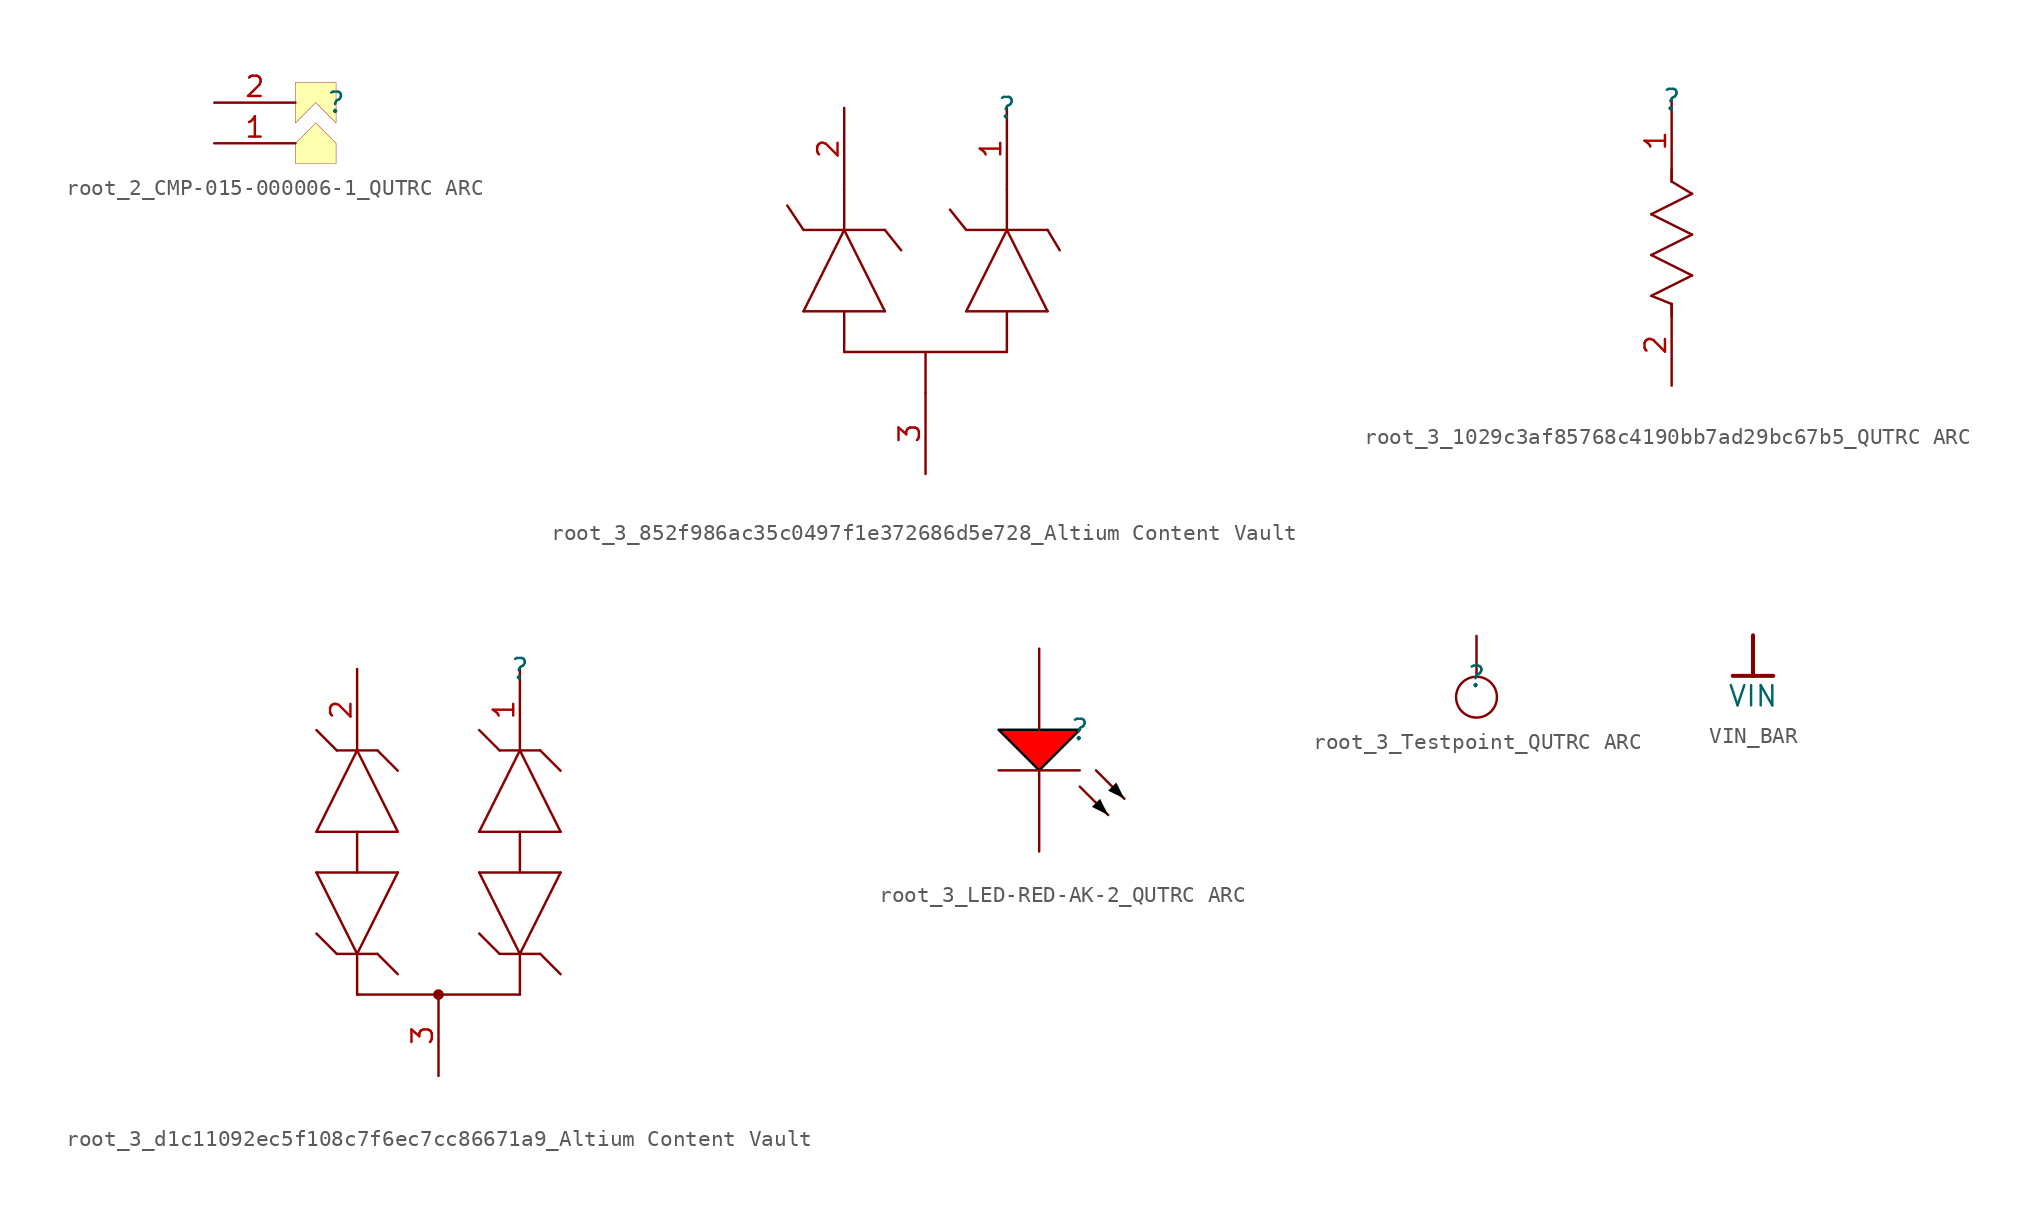
<source format=kicad_sym>
(kicad_symbol_lib
  (version 20241209)
  (generator "kicad_symbol_editor")
  (generator_version "9.99")
  (symbol "root_2_CMP-015-000006-1_QUTRC ARC"
    (pin_names
      (hide yes))
    (property "Reference" ""
      (at 0 0 0)
      (effects (font (size 1.27 1.27))))
    (property "Value" ""
      (at 0 0 0)
      (effects (font (size 1.27 1.27))))
    (symbol "root_2_CMP-015-000006-1_QUTRC ARC_1_0"
      (polyline (pts (xy -2.54 -1.27) (xy -1.27 0) (xy 0 -1.27) (xy 0 1.27) (xy -2.54 1.27) (xy -2.54 -1.27)) (stroke (width 0.025) (type solid) (color 128 0 0 1)) (fill (type color) (color 255 255 176 1)))
      (polyline (pts (xy 0 -3.81) (xy -2.54 -3.81) (xy -2.54 -2.54) (xy -1.27 -1.27) (xy 0 -2.54) (xy 0 -3.81)) (stroke (width 0.025) (type solid) (color 128 0 0 1)) (fill (type color) (color 255 255 176 1)))
      (pin passive line (at -7.62 0 0) (length 5.08) (name "2" (effects (font (size 1.27 1.27)))) (number "2" (effects (font (size 1.27 1.27)))))
      (pin passive line (at -7.62 -2.54 0) (length 5.08) (name "1" (effects (font (size 1.27 1.27)))) (number "1" (effects (font (size 1.27 1.27)))))))
  (symbol "root_3_852f986ac35c0497f1e372686d5e728_Altium Content Vault"
    (pin_names
      (hide yes))
    (property "Reference" ""
      (at 0 0 0)
      (effects (font (size 1.27 1.27))))
    (property "Value" ""
      (at 0 0 0)
      (effects (font (size 1.27 1.27))))
    (symbol "root_3_852f986ac35c0497f1e372686d5e728_Altium Content Vault_1_0"
      (polyline (pts (xy -12.7 -7.62) (xy -13.716 -6.096)) (stroke (width 0) (type solid)) (fill (type none)))
      (polyline (pts (xy -12.7 -12.7) (xy -10.16 -7.62)) (stroke (width 0) (type solid)) (fill (type none)))
      (polyline (pts (xy -10.16 -7.62) (xy -10.16 -5.08)) (stroke (width 0) (type solid)) (fill (type none)))
      (polyline (pts (xy -10.16 -7.62) (xy -7.62 -12.7)) (stroke (width 0) (type solid)) (fill (type none)))
      (polyline (pts (xy -10.16 -15.24) (xy -10.16 -12.7)) (stroke (width 0) (type solid)) (fill (type none)))
      (polyline (pts (xy -7.62 -7.62) (xy -12.7 -7.62)) (stroke (width 0) (type solid)) (fill (type none)))
      (polyline (pts (xy -7.62 -7.62) (xy -6.604 -8.89)) (stroke (width 0) (type solid)) (fill (type none)))
      (polyline (pts (xy -7.62 -12.7) (xy -12.7 -12.7)) (stroke (width 0) (type solid)) (fill (type none)))
      (polyline (pts (xy -5.08 -15.24) (xy -5.08 -17.78)) (stroke (width 0) (type solid)) (fill (type none)))
      (polyline (pts (xy -2.54 -7.62) (xy -3.556 -6.35)) (stroke (width 0) (type solid)) (fill (type none)))
      (polyline (pts (xy -2.54 -12.7) (xy 0 -7.62)) (stroke (width 0) (type solid)) (fill (type none)))
      (polyline (pts (xy 0 -7.62) (xy 0 -5.08)) (stroke (width 0) (type solid)) (fill (type none)))
      (polyline (pts (xy 0 -7.62) (xy 2.54 -12.7)) (stroke (width 0) (type solid)) (fill (type none)))
      (polyline (pts (xy 0 -12.7) (xy 0 -15.24)) (stroke (width 0) (type solid)) (fill (type none)))
      (polyline (pts (xy 0 -15.24) (xy -10.16 -15.24)) (stroke (width 0) (type solid)) (fill (type none)))
      (polyline (pts (xy 2.54 -7.62) (xy -2.54 -7.62)) (stroke (width 0) (type solid)) (fill (type none)))
      (polyline (pts (xy 2.54 -7.62) (xy 3.302 -8.89)) (stroke (width 0) (type solid)) (fill (type none)))
      (polyline (pts (xy 2.54 -12.7) (xy -2.54 -12.7)) (stroke (width 0) (type solid)) (fill (type none)))
      (pin passive line (at -10.16 0 270) (length 5.08) (name "2_CATHODE" (effects (font (size 1.27 1.27)))) (number "2" (effects (font (size 1.27 1.27)))))
      (pin passive line (at -5.08 -22.86 90) (length 5.08) (name "COMMON_ANODE" (effects (font (size 1.27 1.27)))) (number "3" (effects (font (size 1.27 1.27)))))
      (pin passive line (at 0 0 270) (length 5.08) (name "1_CATHODE" (effects (font (size 1.27 1.27)))) (number "1" (effects (font (size 1.27 1.27)))))))
  (symbol "root_3_1029c3af85768c4190bb7ad29bc67b5_QUTRC ARC"
    (pin_names
      (hide yes))
    (property "Reference" ""
      (at 0 0 0)
      (effects (font (size 1.27 1.27))))
    (property "Value" ""
      (at 0 0 0)
      (effects (font (size 1.27 1.27))))
    (symbol "root_3_1029c3af85768c4190bb7ad29bc67b5_QUTRC ARC_1_0"
      (polyline (pts (xy -1.27 -7.112) (xy 1.27 -8.382)) (stroke (width 0) (type solid)) (fill (type none)))
      (polyline (pts (xy -1.27 -9.652) (xy 1.27 -10.922)) (stroke (width 0) (type solid)) (fill (type none)))
      (polyline (pts (xy -1.27 -12.192) (xy 0 -12.7)) (stroke (width 0) (type solid)) (fill (type none)))
      (polyline (pts (xy 0 -5.08) (xy 0 -4.318)) (stroke (width 0) (type solid)) (fill (type none)))
      (polyline (pts (xy 0 -5.08) (xy 1.27 -5.842)) (stroke (width 0) (type solid)) (fill (type none)))
      (polyline (pts (xy 0 -12.7) (xy 0 -13.462)) (stroke (width 0) (type solid)) (fill (type none)))
      (polyline (pts (xy 1.27 -5.842) (xy -1.27 -7.112)) (stroke (width 0) (type solid)) (fill (type none)))
      (polyline (pts (xy 1.27 -8.382) (xy -1.27 -9.652)) (stroke (width 0) (type solid)) (fill (type none)))
      (polyline (pts (xy 1.27 -10.922) (xy -1.27 -12.192)) (stroke (width 0) (type solid)) (fill (type none)))
      (pin passive line (at 0 0 270) (length 5.08) (name "1" (effects (font (size 1.27 1.27)))) (number "1" (effects (font (size 1.27 1.27)))))
      (pin passive line (at 0 -17.78 90) (length 5.08) (name "2" (effects (font (size 1.27 1.27)))) (number "2" (effects (font (size 1.27 1.27)))))))
  (symbol "root_3_d1c11092ec5f108c7f6ec7cc86671a9_Altium Content Vault"
    (pin_names
      (hide yes))
    (property "Reference" ""
      (at 0 0 0)
      (effects (font (size 1.27 1.27))))
    (property "Value" ""
      (at 0 0 0)
      (effects (font (size 1.27 1.27))))
    (symbol "root_3_d1c11092ec5f108c7f6ec7cc86671a9_Altium Content Vault_1_0"
      (polyline (pts (xy -12.7 -3.81) (xy -11.43 -5.08)) (stroke (width 0) (type solid)) (fill (type none)))
      (polyline (pts (xy -12.7 -10.16) (xy -10.16 -5.08)) (stroke (width 0) (type solid)) (fill (type none)))
      (polyline (pts (xy -12.7 -12.7) (xy -10.16 -17.78)) (stroke (width 0) (type solid)) (fill (type none)))
      (polyline (pts (xy -11.43 -5.08) (xy -8.89 -5.08)) (stroke (width 0) (type solid)) (fill (type none)))
      (polyline (pts (xy -11.43 -17.78) (xy -12.7 -16.51)) (stroke (width 0) (type solid)) (fill (type none)))
      (polyline (pts (xy -10.16 -5.08) (xy -7.62 -10.16)) (stroke (width 0) (type solid)) (fill (type none)))
      (polyline (pts (xy -10.16 -10.16) (xy -10.16 -12.7)) (stroke (width 0) (type solid)) (fill (type none)))
      (polyline (pts (xy -10.16 -20.32) (xy -10.16 -17.78)) (stroke (width 0) (type solid)) (fill (type none)))
      (polyline (pts (xy -8.89 -5.08) (xy -7.62 -6.35)) (stroke (width 0) (type solid)) (fill (type none)))
      (polyline (pts (xy -8.89 -17.78) (xy -11.43 -17.78)) (stroke (width 0) (type solid)) (fill (type none)))
      (polyline (pts (xy -8.89 -17.78) (xy -7.62 -19.05)) (stroke (width 0) (type solid)) (fill (type none)))
      (polyline (pts (xy -7.62 -10.16) (xy -12.7 -10.16)) (stroke (width 0) (type solid)) (fill (type none)))
      (polyline (pts (xy -7.62 -12.7) (xy -12.7 -12.7)) (stroke (width 0) (type solid)) (fill (type none)))
      (polyline (pts (xy -7.62 -12.7) (xy -10.16 -17.78)) (stroke (width 0) (type solid)) (fill (type none)))
      (circle (center -5.08 -20.32) (radius 0.254) (stroke (width 0) (type solid)) (fill (type outline)))
      (polyline (pts (xy -2.54 -10.16) (xy 0 -5.08)) (stroke (width 0) (type solid)) (fill (type none)))
      (polyline (pts (xy -2.54 -12.7) (xy 0 -17.78)) (stroke (width 0) (type solid)) (fill (type none)))
      (polyline (pts (xy -1.27 -5.08) (xy -2.54 -3.81)) (stroke (width 0) (type solid)) (fill (type none)))
      (polyline (pts (xy -1.27 -5.08) (xy 1.27 -5.08)) (stroke (width 0) (type solid)) (fill (type none)))
      (polyline (pts (xy -1.27 -17.78) (xy -2.54 -16.51)) (stroke (width 0) (type solid)) (fill (type none)))
      (polyline (pts (xy 0 -10.16) (xy 0 -12.7)) (stroke (width 0) (type solid)) (fill (type none)))
      (polyline (pts (xy 0 -17.78) (xy 2.54 -12.7)) (stroke (width 0) (type solid)) (fill (type none)))
      (polyline (pts (xy 0 -20.32) (xy -10.16 -20.32)) (stroke (width 0) (type solid)) (fill (type none)))
      (polyline (pts (xy 0 -20.32) (xy 0 -17.78)) (stroke (width 0) (type solid)) (fill (type none)))
      (polyline (pts (xy 1.27 -5.08) (xy 2.54 -6.35)) (stroke (width 0) (type solid)) (fill (type none)))
      (polyline (pts (xy 1.27 -17.78) (xy -1.27 -17.78)) (stroke (width 0) (type solid)) (fill (type none)))
      (polyline (pts (xy 2.54 -10.16) (xy -2.54 -10.16)) (stroke (width 0) (type solid)) (fill (type none)))
      (polyline (pts (xy 2.54 -10.16) (xy 0 -5.08)) (stroke (width 0) (type solid)) (fill (type none)))
      (polyline (pts (xy 2.54 -12.7) (xy -2.54 -12.7)) (stroke (width 0) (type solid)) (fill (type none)))
      (polyline (pts (xy 2.54 -19.05) (xy 1.27 -17.78)) (stroke (width 0) (type solid)) (fill (type none)))
      (pin passive line (at -10.16 0 270) (length 5.08) (name "2" (effects (font (size 1.27 1.27)))) (number "2" (effects (font (size 1.27 1.27)))))
      (pin passive line (at -5.08 -25.4 90) (length 5.08) (name "3" (effects (font (size 1.27 1.27)))) (number "3" (effects (font (size 1.27 1.27)))))
      (pin passive line (at 0 0 270) (length 5.08) (name "1" (effects (font (size 1.27 1.27)))) (number "1" (effects (font (size 1.27 1.27)))))))
  (symbol "root_3_LED-RED-AK-2_QUTRC ARC"
    (pin_numbers
      (hide yes))
    (pin_names
      (hide yes))
    (property "Reference" ""
      (at 0 0 0)
      (effects (font (size 1.27 1.27))))
    (property "Value" ""
      (at 0 0 0)
      (effects (font (size 1.27 1.27))))
    (symbol "root_3_LED-RED-AK-2_QUTRC ARC_1_0"
      (polyline (pts (xy -5.08 0) (xy -2.54 -2.54) (xy 0 0) (xy -5.08 0)) (stroke (width 0) (type solid) (color 0 0 0 1)) (fill (type color) (color 255 0 0 1)))
      (polyline (pts (xy 0 -2.54) (xy -5.08 -2.54)) (stroke (width 0) (type solid)) (fill (type none)))
      (polyline (pts (xy 0 -3.556) (xy 1.778 -5.334)) (stroke (width 0) (type solid)) (fill (type none)))
      (polyline (pts (xy 1.016 -2.54) (xy 2.794 -4.318)) (stroke (width 0) (type solid)) (fill (type none)))
      (polyline (pts (xy 1.778 -5.334) (xy 1.27 -4.318) (xy 0.762 -4.826) (xy 1.778 -5.334)) (stroke (width -0.0001) (type solid) (color 0 0 0 1)) (fill (type outline)))
      (polyline (pts (xy 2.794 -4.318) (xy 2.286 -3.302) (xy 1.778 -3.81) (xy 2.794 -4.318)) (stroke (width -0.0001) (type solid) (color 0 0 0 1)) (fill (type outline)))
      (pin passive line (at -2.54 5.08 270) (length 5.08) (name "A" (effects (font (size 1.27 1.27)))) (number "1" (effects (font (size 1.27 1.27)))))
      (pin passive line (at -2.54 -7.62 90) (length 5.08) (name "K" (effects (font (size 1.27 1.27)))) (number "2" (effects (font (size 1.27 1.27)))))))
  (symbol "root_3_Testpoint_QUTRC ARC"
    (pin_numbers
      (hide yes))
    (pin_names
      (hide yes))
    (property "Reference" ""
      (at 0 0 0)
      (effects (font (size 1.27 1.27))))
    (property "Value" ""
      (at 0 0 0)
      (effects (font (size 1.27 1.27))))
    (symbol "root_3_Testpoint_QUTRC ARC_1_0"
      (circle (center 0 -1.27) (radius 1.27) (stroke (width 0) (type solid)) (fill (type none)))
      (pin passive line (at 0 2.54 270) (length 2.54) (name "1" (effects (font (size 1.27 1.27)))) (number "1" (effects (font (size 1.27 1.27)))))))
  (symbol "VIN_BAR"
    (power)
    (property "Reference" "#PWR"
      (at 0 0 0)
      (hide yes)
      (effects (font (size 1.27 1.27))))
    (property "Value" "VIN"
      (at 0 -3.81 0)
      (effects (font (size 1.27 1.27))))
    (symbol "VIN_BAR_0_0"
      (polyline (pts (xy -1.27 -2.54) (xy 1.27 -2.54)) (stroke (width 0.254) (type solid)) (fill (type none)))
      (polyline (pts (xy 0 0) (xy 0 -2.54)) (stroke (width 0.254) (type solid)) (fill (type none)))
      (pin power_in line (at 0 0 0) (length 0) (hide yes) (name "VIN" (effects (font (size 1.27 1.27)))) (number "" (effects (font (size 1.27 1.27))))))))
</source>
